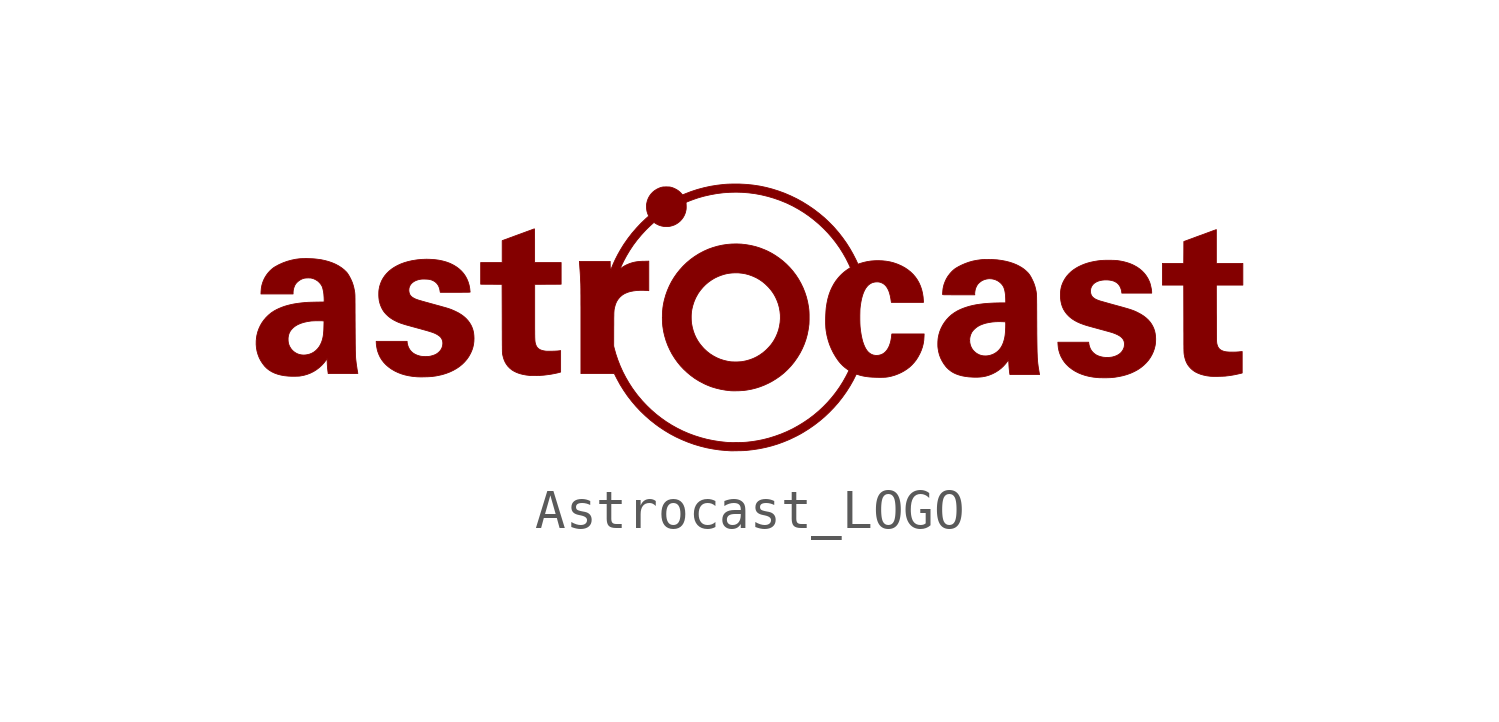
<source format=kicad_sym>
(kicad_symbol_lib
  (version 20211014)
  (generator kicad_symbol_editor)
  (symbol "Astrocast_LOGO"
    (pin_numbers hide)
    (pin_names
      (offset 0) hide)
    (property "Reference" "G"
      (at 0 4.445 0)
      (effects (font (size 1.27 1.27)) hide))
    (symbol "Astrocast_LOGO_0_0"
      (polyline (pts (xy 11.947 -0.003) (xy 11.988 -0.002) (xy 12.028 -0.001) (xy 12.066 0.0001) (xy 12.101 0.002) (xy 12.13 0.003) (xy 12.152 0.005) (xy 12.164 0.007) (xy 12.234 0.015) (xy 12.3 0.025) (xy 12.363 0.036) (xy 12.427 0.049) (xy 12.494 0.064) (xy 12.569 0.082) (xy 12.569 0.626) (xy 12.537 0.623) (xy 12.53 0.623) (xy 12.509 0.621) (xy 12.485 0.618) (xy 12.462 0.616) (xy 12.456 0.616) (xy 12.428 0.614) (xy 12.395 0.613) (xy 12.358 0.612) (xy 12.32 0.612) (xy 12.283 0.613) (xy 12.246 0.613) (xy 12.214 0.615) (xy 12.186 0.617) (xy 12.166 0.619) (xy 12.12 0.627) (xy 12.074 0.642) (xy 12.034 0.661) (xy 12.001 0.684) (xy 11.974 0.713) (xy 11.953 0.747) (xy 11.938 0.787) (xy 11.936 0.791) (xy 11.934 0.799) (xy 11.932 0.807) (xy 11.93 0.815) (xy 11.928 0.823) (xy 11.926 0.833) (xy 11.925 0.843) (xy 11.923 0.855) (xy 11.922 0.869) (xy 11.921 0.885) (xy 11.92 0.905) (xy 11.919 0.927) (xy 11.919 0.954) (xy 11.918 0.984) (xy 11.918 1.018) (xy 11.917 1.058) (xy 11.917 1.103) (xy 11.917 1.153) (xy 11.916 1.21) (xy 11.916 1.273) (xy 11.916 1.343) (xy 11.916 1.42) (xy 11.916 1.505) (xy 11.915 1.599) (xy 11.914 2.31) (xy 12.586 2.31) (xy 12.586 2.859) (xy 11.914 2.859) (xy 11.914 3.715) (xy 11.905 3.713) (xy 11.903 3.712) (xy 11.893 3.708) (xy 11.876 3.702) (xy 11.852 3.693) (xy 11.822 3.683) (xy 11.787 3.67) (xy 11.748 3.655) (xy 11.703 3.639) (xy 11.655 3.621) (xy 11.604 3.602) (xy 11.55 3.582) (xy 11.493 3.562) (xy 11.091 3.414) (xy 11.09 3.137) (xy 11.088 2.859) (xy 10.548 2.859) (xy 10.548 2.31) (xy 11.088 2.31) (xy 11.09 1.46) (xy 11.09 1.44) (xy 11.09 1.341) (xy 11.09 1.25) (xy 11.09 1.166) (xy 11.091 1.09) (xy 11.091 1.021) (xy 11.091 0.959) (xy 11.091 0.903) (xy 11.091 0.852) (xy 11.091 0.808) (xy 11.092 0.768) (xy 11.092 0.733) (xy 11.092 0.703) (xy 11.093 0.676) (xy 11.093 0.654) (xy 11.094 0.634) (xy 11.094 0.618) (xy 11.095 0.604) (xy 11.095 0.593) (xy 11.096 0.583) (xy 11.097 0.575) (xy 11.098 0.568) (xy 11.098 0.562) (xy 11.108 0.506) (xy 11.124 0.442) (xy 11.143 0.385) (xy 11.166 0.334) (xy 11.194 0.286) (xy 11.228 0.241) (xy 11.267 0.199) (xy 11.276 0.19) (xy 11.311 0.159) (xy 11.346 0.133) (xy 11.383 0.109) (xy 11.427 0.087) (xy 11.444 0.079) (xy 11.514 0.051) (xy 11.591 0.029) (xy 11.675 0.011) (xy 11.765 -0.0003) (xy 11.777 -0.001) (xy 11.801 -0.002) (xy 11.832 -0.003) (xy 11.867 -0.003) (xy 11.906 -0.003) (xy 11.947 -0.003)) (stroke (width 0.01) (type default) (color 0 0 0 0)) (fill (type outline)))
      (polyline (pts (xy -5.351 0.018) (xy -5.308 0.019) (xy -5.264 0.02) (xy -5.222 0.021) (xy -5.182 0.024) (xy -5.146 0.026) (xy -5.116 0.029) (xy -5.08 0.033) (xy -5.013 0.042) (xy -4.947 0.051) (xy -4.883 0.063) (xy -4.823 0.075) (xy -4.769 0.087) (xy -4.721 0.1) (xy -4.699 0.106) (xy -4.699 0.65) (xy -4.71 0.648) (xy -4.721 0.647) (xy -4.75 0.643) (xy -4.784 0.64) (xy -4.823 0.638) (xy -4.864 0.636) (xy -4.907 0.635) (xy -4.949 0.634) (xy -4.989 0.634) (xy -5.025 0.634) (xy -5.056 0.635) (xy -5.081 0.637) (xy -5.126 0.644) (xy -5.175 0.656) (xy -5.217 0.672) (xy -5.252 0.693) (xy -5.281 0.718) (xy -5.305 0.749) (xy -5.323 0.785) (xy -5.337 0.826) (xy -5.338 0.829) (xy -5.34 0.839) (xy -5.342 0.848) (xy -5.344 0.858) (xy -5.346 0.868) (xy -5.347 0.88) (xy -5.349 0.893) (xy -5.35 0.908) (xy -5.351 0.925) (xy -5.352 0.945) (xy -5.353 0.968) (xy -5.354 0.995) (xy -5.354 1.026) (xy -5.355 1.061) (xy -5.355 1.101) (xy -5.355 1.146) (xy -5.356 1.196) (xy -5.356 1.253) (xy -5.356 1.316) (xy -5.356 1.387) (xy -5.356 1.464) (xy -5.356 1.549) (xy -5.356 2.329) (xy -4.686 2.332) (xy -4.686 2.881) (xy -5.358 2.881) (xy -5.358 3.336) (xy -5.358 3.406) (xy -5.358 3.467) (xy -5.359 3.521) (xy -5.359 3.567) (xy -5.359 3.607) (xy -5.359 3.641) (xy -5.36 3.669) (xy -5.36 3.691) (xy -5.361 3.708) (xy -5.361 3.721) (xy -5.362 3.729) (xy -5.363 3.734) (xy -5.364 3.735) (xy -5.366 3.734) (xy -5.376 3.731) (xy -5.393 3.725) (xy -5.416 3.716) (xy -5.446 3.705) (xy -5.48 3.692) (xy -5.52 3.678) (xy -5.564 3.662) (xy -5.612 3.644) (xy -5.664 3.625) (xy -5.718 3.605) (xy -5.774 3.585) (xy -6.179 3.436) (xy -6.179 2.881) (xy -6.724 2.881) (xy -6.724 2.332) (xy -6.182 2.329) (xy -6.179 1.47) (xy -6.179 1.392) (xy -6.179 1.297) (xy -6.179 1.21) (xy -6.178 1.131) (xy -6.178 1.058) (xy -6.178 0.993) (xy -6.178 0.934) (xy -6.177 0.881) (xy -6.177 0.833) (xy -6.177 0.791) (xy -6.176 0.754) (xy -6.176 0.722) (xy -6.176 0.694) (xy -6.175 0.669) (xy -6.175 0.648) (xy -6.175 0.631) (xy -6.174 0.616) (xy -6.173 0.604) (xy -6.173 0.594) (xy -6.172 0.585) (xy -6.171 0.578) (xy -6.17 0.572) (xy -6.17 0.566) (xy -6.164 0.535) (xy -6.148 0.469) (xy -6.128 0.41) (xy -6.103 0.355) (xy -6.073 0.305) (xy -6.067 0.296) (xy -6.028 0.245) (xy -5.982 0.2) (xy -5.931 0.159) (xy -5.873 0.124) (xy -5.81 0.094) (xy -5.739 0.068) (xy -5.662 0.048) (xy -5.579 0.032) (xy -5.488 0.021) (xy -5.486 0.021) (xy -5.461 0.019) (xy -5.429 0.018) (xy -5.392 0.018) (xy -5.351 0.018)) (stroke (width 0.01) (type default) (color 0 0 0 0)) (fill (type outline)))
      (polyline (pts (xy -0.256 -0.369) (xy -0.21 -0.368) (xy -0.165 -0.367) (xy -0.121 -0.364) (xy -0.083 -0.362) (xy -0.05 -0.359) (xy 0.029 -0.348) (xy 0.142 -0.327) (xy 0.252 -0.299) (xy 0.358 -0.265) (xy 0.463 -0.224) (xy 0.569 -0.175) (xy 0.649 -0.133) (xy 0.757 -0.067) (xy 0.86 0.004) (xy 0.957 0.082) (xy 1.048 0.167) (xy 1.133 0.257) (xy 1.213 0.354) (xy 1.286 0.457) (xy 1.304 0.484) (xy 1.369 0.591) (xy 1.425 0.701) (xy 1.474 0.814) (xy 1.515 0.93) (xy 1.548 1.049) (xy 1.573 1.173) (xy 1.591 1.3) (xy 1.592 1.303) (xy 1.594 1.327) (xy 1.595 1.357) (xy 1.596 1.393) (xy 1.597 1.432) (xy 1.597 1.474) (xy 1.597 1.516) (xy 1.597 1.557) (xy 1.596 1.596) (xy 1.595 1.631) (xy 1.593 1.66) (xy 1.591 1.683) (xy 1.582 1.757) (xy 1.559 1.883) (xy 1.529 2.005) (xy 1.49 2.124) (xy 1.444 2.24) (xy 1.39 2.352) (xy 1.329 2.461) (xy 1.26 2.566) (xy 1.183 2.667) (xy 1.099 2.764) (xy 1.098 2.764) (xy 1.02 2.843) (xy 0.934 2.919) (xy 0.843 2.99) (xy 0.748 3.056) (xy 0.649 3.116) (xy 0.548 3.169) (xy 0.472 3.203) (xy 0.357 3.248) (xy 0.24 3.285) (xy 0.122 3.313) (xy 0.001 3.334) (xy -0.12 3.348) (xy -0.241 3.353) (xy -0.363 3.35) (xy -0.484 3.34) (xy -0.605 3.321) (xy -0.724 3.295) (xy -0.841 3.261) (xy -0.956 3.22) (xy -1.068 3.17) (xy -1.177 3.113) (xy -1.204 3.097) (xy -1.31 3.03) (xy -1.41 2.957) (xy -1.505 2.877) (xy -1.594 2.791) (xy -1.677 2.7) (xy -1.754 2.604) (xy -1.824 2.503) (xy -1.888 2.398) (xy -1.944 2.288) (xy -1.993 2.175) (xy -2.035 2.058) (xy -2.069 1.938) (xy -2.082 1.883) (xy -2.097 1.806) (xy -2.108 1.732) (xy -2.115 1.656) (xy -2.12 1.576) (xy -2.121 1.491) (xy -2.121 1.482) (xy -1.39 1.482) (xy -1.39 1.529) (xy -1.388 1.575) (xy -1.385 1.617) (xy -1.38 1.654) (xy -1.372 1.702) (xy -1.349 1.796) (xy -1.319 1.888) (xy -1.282 1.976) (xy -1.26 2.019) (xy -1.212 2.103) (xy -1.156 2.181) (xy -1.094 2.254) (xy -1.027 2.322) (xy -0.954 2.384) (xy -0.876 2.439) (xy -0.794 2.488) (xy -0.708 2.529) (xy -0.618 2.563) (xy -0.613 2.564) (xy -0.557 2.582) (xy -0.505 2.595) (xy -0.455 2.605) (xy -0.404 2.612) (xy -0.35 2.617) (xy -0.29 2.62) (xy -0.283 2.62) (xy -0.19 2.619) (xy -0.101 2.61) (xy -0.015 2.595) (xy 0.07 2.572) (xy 0.154 2.542) (xy 0.24 2.504) (xy 0.279 2.484) (xy 0.35 2.442) (xy 0.418 2.394) (xy 0.483 2.341) (xy 0.546 2.28) (xy 0.577 2.248) (xy 0.627 2.189) (xy 0.671 2.13) (xy 0.711 2.068) (xy 0.748 2) (xy 0.782 1.925) (xy 0.816 1.835) (xy 0.841 1.742) (xy 0.858 1.649) (xy 0.868 1.554) (xy 0.869 1.459) (xy 0.862 1.364) (xy 0.847 1.27) (xy 0.825 1.177) (xy 0.794 1.086) (xy 0.755 0.997) (xy 0.745 0.978) (xy 0.711 0.915) (xy 0.674 0.857) (xy 0.634 0.802) (xy 0.588 0.748) (xy 0.536 0.693) (xy 0.5 0.658) (xy 0.426 0.595) (xy 0.348 0.54) (xy 0.267 0.492) (xy 0.182 0.451) (xy 0.093 0.418) (xy -0.002 0.391) (xy -0.101 0.371) (xy -0.117 0.369) (xy -0.147 0.367) (xy -0.181 0.365) (xy -0.22 0.363) (xy -0.259 0.363) (xy -0.298 0.363) (xy -0.334 0.364) (xy -0.366 0.365) (xy -0.391 0.367) (xy -0.463 0.379) (xy -0.559 0.401) (xy -0.653 0.431) (xy -0.743 0.469) (xy -0.828 0.514) (xy -0.91 0.566) (xy -0.988 0.626) (xy -1.06 0.693) (xy -1.095 0.73) (xy -1.158 0.804) (xy -1.214 0.883) (xy -1.263 0.967) (xy -1.304 1.054) (xy -1.337 1.146) (xy -1.363 1.242) (xy -1.382 1.342) (xy -1.384 1.354) (xy -1.387 1.392) (xy -1.389 1.435) (xy -1.39 1.482) (xy -2.121 1.482) (xy -2.121 1.431) (xy -2.117 1.35) (xy -2.111 1.273) (xy -2.1 1.198) (xy -2.087 1.123) (xy -2.069 1.044) (xy -2.063 1.021) (xy -2.028 0.902) (xy -1.985 0.786) (xy -1.934 0.674) (xy -1.877 0.565) (xy -1.812 0.461) (xy -1.741 0.361) (xy -1.664 0.266) (xy -1.58 0.177) (xy -1.49 0.093) (xy -1.395 0.015) (xy -1.295 -0.058) (xy -1.19 -0.123) (xy -1.079 -0.181) (xy -1.075 -0.184) (xy -1.03 -0.205) (xy -0.989 -0.223) (xy -0.95 -0.239) (xy -0.91 -0.255) (xy -0.866 -0.271) (xy -0.755 -0.304) (xy -0.637 -0.332) (xy -0.516 -0.353) (xy -0.392 -0.367) (xy -0.375 -0.368) (xy -0.34 -0.369) (xy -0.3 -0.369) (xy -0.256 -0.369)) (stroke (width 0.01) (type default) (color 0 0 0 0)) (fill (type outline)))
      (polyline (pts (xy 9.107 -0.038) (xy 9.146 -0.038) (xy 9.182 -0.037) (xy 9.213 -0.036) (xy 9.238 -0.035) (xy 9.34 -0.025) (xy 9.45 -0.007) (xy 9.556 0.016) (xy 9.656 0.045) (xy 9.751 0.08) (xy 9.84 0.121) (xy 9.924 0.167) (xy 10.001 0.219) (xy 10.072 0.277) (xy 10.137 0.34) (xy 10.196 0.408) (xy 10.204 0.419) (xy 10.247 0.482) (xy 10.285 0.55) (xy 10.317 0.62) (xy 10.342 0.692) (xy 10.36 0.763) (xy 10.367 0.798) (xy 10.375 0.87) (xy 10.377 0.942) (xy 10.374 1.013) (xy 10.365 1.081) (xy 10.351 1.147) (xy 10.331 1.206) (xy 10.309 1.256) (xy 10.275 1.318) (xy 10.235 1.375) (xy 10.188 1.429) (xy 10.134 1.479) (xy 10.073 1.526) (xy 10.005 1.57) (xy 9.928 1.611) (xy 9.917 1.617) (xy 9.896 1.627) (xy 9.876 1.637) (xy 9.855 1.646) (xy 9.835 1.655) (xy 9.813 1.663) (xy 9.789 1.672) (xy 9.764 1.681) (xy 9.735 1.691) (xy 9.703 1.701) (xy 9.667 1.712) (xy 9.626 1.724) (xy 9.58 1.737) (xy 9.528 1.752) (xy 9.47 1.768) (xy 9.404 1.786) (xy 9.331 1.806) (xy 9.315 1.81) (xy 9.262 1.825) (xy 9.211 1.839) (xy 9.162 1.853) (xy 9.116 1.866) (xy 9.074 1.878) (xy 9.037 1.888) (xy 9.004 1.898) (xy 8.978 1.905) (xy 8.958 1.911) (xy 8.946 1.915) (xy 8.901 1.932) (xy 8.856 1.952) (xy 8.819 1.975) (xy 8.788 1.999) (xy 8.764 2.026) (xy 8.746 2.056) (xy 8.734 2.09) (xy 8.727 2.128) (xy 8.727 2.13) (xy 8.726 2.177) (xy 8.733 2.221) (xy 8.747 2.261) (xy 8.768 2.299) (xy 8.795 2.332) (xy 8.829 2.362) (xy 8.87 2.387) (xy 8.915 2.408) (xy 8.966 2.424) (xy 9.022 2.435) (xy 9.083 2.441) (xy 9.148 2.441) (xy 9.202 2.437) (xy 9.261 2.427) (xy 9.313 2.412) (xy 9.359 2.39) (xy 9.4 2.364) (xy 9.435 2.331) (xy 9.435 2.33) (xy 9.459 2.299) (xy 9.48 2.262) (xy 9.497 2.22) (xy 9.51 2.178) (xy 9.517 2.135) (xy 9.52 2.106) (xy 10.276 2.106) (xy 10.276 2.127) (xy 10.276 2.134) (xy 10.274 2.166) (xy 10.269 2.203) (xy 10.261 2.243) (xy 10.252 2.285) (xy 10.242 2.326) (xy 10.231 2.364) (xy 10.219 2.396) (xy 10.216 2.402) (xy 10.182 2.475) (xy 10.14 2.543) (xy 10.092 2.606) (xy 10.037 2.664) (xy 9.976 2.716) (xy 9.908 2.764) (xy 9.832 2.807) (xy 9.786 2.829) (xy 9.719 2.857) (xy 9.649 2.88) (xy 9.575 2.9) (xy 9.495 2.917) (xy 9.409 2.93) (xy 9.395 2.932) (xy 9.366 2.934) (xy 9.33 2.936) (xy 9.29 2.937) (xy 9.247 2.938) (xy 9.201 2.938) (xy 9.155 2.938) (xy 9.11 2.938) (xy 9.067 2.937) (xy 9.028 2.935) (xy 8.995 2.933) (xy 8.967 2.93) (xy 8.91 2.923) (xy 8.819 2.908) (xy 8.734 2.89) (xy 8.655 2.869) (xy 8.579 2.844) (xy 8.507 2.815) (xy 8.436 2.782) (xy 8.387 2.756) (xy 8.312 2.709) (xy 8.244 2.658) (xy 8.184 2.602) (xy 8.13 2.542) (xy 8.084 2.478) (xy 8.045 2.41) (xy 8.02 2.357) (xy 7.999 2.301) (xy 7.983 2.244) (xy 7.972 2.185) (xy 7.966 2.122) (xy 7.964 2.053) (xy 7.966 1.988) (xy 7.975 1.909) (xy 7.99 1.835) (xy 8.012 1.766) (xy 8.041 1.7) (xy 8.078 1.639) (xy 8.121 1.581) (xy 8.172 1.527) (xy 8.213 1.49) (xy 8.267 1.449) (xy 8.328 1.41) (xy 8.394 1.375) (xy 8.468 1.342) (xy 8.549 1.312) (xy 8.637 1.283) (xy 8.638 1.283) (xy 8.654 1.279) (xy 8.677 1.272) (xy 8.707 1.264) (xy 8.742 1.254) (xy 8.781 1.243) (xy 8.825 1.231) (xy 8.87 1.219) (xy 8.917 1.206) (xy 8.965 1.193) (xy 8.968 1.192) (xy 9.015 1.179) (xy 9.062 1.167) (xy 9.106 1.154) (xy 9.148 1.143) (xy 9.186 1.132) (xy 9.219 1.123) (xy 9.247 1.115) (xy 9.268 1.108) (xy 9.282 1.104) (xy 9.292 1.101) (xy 9.355 1.077) (xy 9.411 1.052) (xy 9.458 1.026) (xy 9.497 0.998) (xy 9.529 0.968) (xy 9.554 0.935) (xy 9.572 0.901) (xy 9.582 0.864) (xy 9.585 0.84) (xy 9.586 0.81) (xy 9.584 0.778) (xy 9.58 0.748) (xy 9.574 0.723) (xy 9.569 0.711) (xy 9.547 0.663) (xy 9.518 0.621) (xy 9.482 0.583) (xy 9.439 0.551) (xy 9.39 0.524) (xy 9.335 0.503) (xy 9.274 0.486) (xy 9.264 0.485) (xy 9.236 0.481) (xy 9.202 0.478) (xy 9.166 0.477) (xy 9.13 0.477) (xy 9.097 0.478) (xy 9.068 0.48) (xy 9.049 0.482) (xy 8.986 0.495) (xy 8.928 0.514) (xy 8.875 0.538) (xy 8.829 0.569) (xy 8.788 0.605) (xy 8.753 0.646) (xy 8.725 0.692) (xy 8.725 0.692) (xy 8.712 0.723) (xy 8.7 0.757) (xy 8.69 0.793) (xy 8.684 0.826) (xy 8.679 0.863) (xy 7.9 0.863) (xy 7.903 0.803) (xy 7.91 0.73) (xy 7.925 0.652) (xy 7.948 0.576) (xy 7.978 0.502) (xy 8.016 0.432) (xy 8.06 0.366) (xy 8.111 0.305) (xy 8.168 0.249) (xy 8.187 0.232) (xy 8.259 0.177) (xy 8.335 0.128) (xy 8.417 0.086) (xy 8.504 0.05) (xy 8.595 0.02) (xy 8.693 -0.004) (xy 8.796 -0.022) (xy 8.906 -0.034) (xy 8.924 -0.035) (xy 8.953 -0.037) (xy 8.988 -0.037) (xy 9.026 -0.038) (xy 9.066 -0.038) (xy 9.107 -0.038)) (stroke (width 0.01) (type default) (color 0 0 0 0)) (fill (type outline)))
      (polyline (pts (xy -8.19 -0.016) (xy -8.147 -0.015) (xy -8.105 -0.014) (xy -8.064 -0.013) (xy -8.027 -0.011) (xy -7.996 -0.009) (xy -7.971 -0.007) (xy -7.971 -0.007) (xy -7.942 -0.004) (xy -7.909 0.001) (xy -7.875 0.005) (xy -7.846 0.01) (xy -7.8 0.019) (xy -7.697 0.042) (xy -7.6 0.072) (xy -7.508 0.107) (xy -7.421 0.148) (xy -7.339 0.194) (xy -7.264 0.245) (xy -7.195 0.301) (xy -7.132 0.363) (xy -7.075 0.429) (xy -7.026 0.499) (xy -6.984 0.574) (xy -6.973 0.597) (xy -6.943 0.667) (xy -6.921 0.736) (xy -6.905 0.807) (xy -6.896 0.881) (xy -6.893 0.959) (xy -6.893 0.965) (xy -6.896 1.03) (xy -6.902 1.089) (xy -6.913 1.145) (xy -6.928 1.199) (xy -6.949 1.253) (xy -6.968 1.293) (xy -7.004 1.354) (xy -7.047 1.412) (xy -7.097 1.466) (xy -7.154 1.517) (xy -7.219 1.564) (xy -7.291 1.608) (xy -7.371 1.648) (xy -7.458 1.686) (xy -7.468 1.69) (xy -7.482 1.695) (xy -7.497 1.701) (xy -7.511 1.706) (xy -7.527 1.711) (xy -7.544 1.717) (xy -7.564 1.723) (xy -7.586 1.73) (xy -7.611 1.737) (xy -7.641 1.746) (xy -7.675 1.755) (xy -7.714 1.766) (xy -7.759 1.779) (xy -7.811 1.793) (xy -7.869 1.809) (xy -7.935 1.827) (xy -7.937 1.828) (xy -8.004 1.846) (xy -8.064 1.863) (xy -8.116 1.877) (xy -8.162 1.89) (xy -8.203 1.901) (xy -8.238 1.912) (xy -8.268 1.92) (xy -8.293 1.928) (xy -8.316 1.935) (xy -8.335 1.942) (xy -8.351 1.948) (xy -8.366 1.953) (xy -8.379 1.959) (xy -8.391 1.964) (xy -8.403 1.97) (xy -8.416 1.977) (xy -8.455 2) (xy -8.486 2.026) (xy -8.51 2.054) (xy -8.527 2.086) (xy -8.538 2.123) (xy -8.544 2.165) (xy -8.544 2.188) (xy -8.54 2.232) (xy -8.527 2.274) (xy -8.507 2.313) (xy -8.479 2.349) (xy -8.445 2.379) (xy -8.402 2.408) (xy -8.352 2.431) (xy -8.297 2.448) (xy -8.236 2.46) (xy -8.22 2.461) (xy -8.193 2.463) (xy -8.162 2.463) (xy -8.128 2.462) (xy -8.095 2.461) (xy -8.065 2.459) (xy -8.038 2.456) (xy -8.018 2.453) (xy -7.965 2.438) (xy -7.917 2.416) (xy -7.874 2.389) (xy -7.837 2.355) (xy -7.807 2.316) (xy -7.783 2.271) (xy -7.765 2.221) (xy -7.754 2.164) (xy -7.748 2.127) (xy -7.329 2.127) (xy -7.267 2.127) (xy -7.213 2.127) (xy -7.167 2.128) (xy -7.127 2.128) (xy -7.094 2.128) (xy -7.066 2.128) (xy -7.043 2.129) (xy -7.026 2.129) (xy -7.012 2.13) (xy -7.003 2.131) (xy -6.997 2.131) (xy -6.993 2.132) (xy -6.992 2.133) (xy -6.992 2.137) (xy -6.993 2.148) (xy -6.995 2.164) (xy -6.997 2.183) (xy -7.002 2.229) (xy -7.018 2.312) (xy -7.042 2.391) (xy -7.073 2.466) (xy -7.11 2.535) (xy -7.155 2.6) (xy -7.207 2.661) (xy -7.266 2.716) (xy -7.331 2.766) (xy -7.403 2.811) (xy -7.482 2.851) (xy -7.513 2.865) (xy -7.598 2.896) (xy -7.689 2.921) (xy -7.784 2.941) (xy -7.884 2.954) (xy -7.989 2.962) (xy -8.096 2.965) (xy -8.206 2.961) (xy -8.319 2.951) (xy -8.362 2.945) (xy -8.467 2.928) (xy -8.567 2.905) (xy -8.662 2.877) (xy -8.751 2.844) (xy -8.833 2.806) (xy -8.91 2.763) (xy -8.981 2.716) (xy -9.045 2.664) (xy -9.103 2.607) (xy -9.154 2.547) (xy -9.198 2.482) (xy -9.235 2.414) (xy -9.264 2.341) (xy -9.287 2.265) (xy -9.301 2.186) (xy -9.302 2.177) (xy -9.305 2.138) (xy -9.306 2.095) (xy -9.306 2.048) (xy -9.304 2.002) (xy -9.3 1.96) (xy -9.295 1.922) (xy -9.294 1.915) (xy -9.279 1.854) (xy -9.259 1.794) (xy -9.234 1.735) (xy -9.205 1.681) (xy -9.173 1.633) (xy -9.162 1.619) (xy -9.115 1.566) (xy -9.061 1.516) (xy -9.001 1.47) (xy -8.936 1.429) (xy -8.866 1.393) (xy -8.852 1.386) (xy -8.831 1.377) (xy -8.81 1.367) (xy -8.788 1.359) (xy -8.765 1.35) (xy -8.741 1.341) (xy -8.714 1.332) (xy -8.685 1.323) (xy -8.651 1.312) (xy -8.614 1.301) (xy -8.571 1.289) (xy -8.523 1.276) (xy -8.468 1.26) (xy -8.407 1.244) (xy -8.338 1.225) (xy -8.313 1.218) (xy -8.246 1.2) (xy -8.187 1.183) (xy -8.135 1.169) (xy -8.089 1.156) (xy -8.048 1.144) (xy -8.013 1.133) (xy -7.982 1.123) (xy -7.955 1.115) (xy -7.932 1.106) (xy -7.911 1.098) (xy -7.893 1.091) (xy -7.876 1.083) (xy -7.853 1.072) (xy -7.821 1.054) (xy -7.792 1.035) (xy -7.766 1.016) (xy -7.747 0.999) (xy -7.738 0.989) (xy -7.713 0.954) (xy -7.696 0.915) (xy -7.685 0.873) (xy -7.683 0.828) (xy -7.688 0.782) (xy -7.701 0.734) (xy -7.705 0.723) (xy -7.721 0.689) (xy -7.741 0.658) (xy -7.768 0.626) (xy -7.781 0.614) (xy -7.816 0.584) (xy -7.855 0.558) (xy -7.9 0.538) (xy -7.95 0.521) (xy -8.007 0.507) (xy -8.009 0.507) (xy -8.036 0.503) (xy -8.068 0.501) (xy -8.105 0.5) (xy -8.142 0.5) (xy -8.178 0.501) (xy -8.211 0.504) (xy -8.239 0.507) (xy -8.275 0.515) (xy -8.335 0.534) (xy -8.389 0.558) (xy -8.437 0.588) (xy -8.479 0.624) (xy -8.514 0.665) (xy -8.543 0.712) (xy -8.566 0.764) (xy -8.581 0.822) (xy -8.582 0.823) (xy -8.585 0.841) (xy -8.587 0.858) (xy -8.588 0.87) (xy -8.588 0.884) (xy -9.371 0.884) (xy -9.371 0.871) (xy -9.37 0.848) (xy -9.367 0.803) (xy -9.36 0.754) (xy -9.351 0.705) (xy -9.341 0.658) (xy -9.328 0.616) (xy -9.302 0.548) (xy -9.268 0.477) (xy -9.226 0.41) (xy -9.178 0.349) (xy -9.123 0.291) (xy -9.061 0.237) (xy -8.991 0.186) (xy -8.968 0.172) (xy -8.894 0.129) (xy -8.815 0.092) (xy -8.732 0.06) (xy -8.645 0.034) (xy -8.551 0.013) (xy -8.451 -0.003) (xy -8.345 -0.013) (xy -8.334 -0.014) (xy -8.305 -0.015) (xy -8.271 -0.016) (xy -8.232 -0.016) (xy -8.19 -0.016)) (stroke (width 0.01) (type default) (color 0 0 0 0)) (fill (type outline)))
      (polyline (pts (xy -11.43 0) (xy -11.393 0.001) (xy -11.358 0.002) (xy -11.329 0.003) (xy -11.307 0.005) (xy -11.288 0.008) (xy -11.201 0.025) (xy -11.117 0.049) (xy -11.035 0.081) (xy -10.957 0.12) (xy -10.884 0.166) (xy -10.815 0.219) (xy -10.751 0.277) (xy -10.692 0.342) (xy -10.64 0.411) (xy -10.616 0.448) (xy -10.613 0.359) (xy -10.611 0.308) (xy -10.608 0.261) (xy -10.605 0.216) (xy -10.6 0.17) (xy -10.594 0.119) (xy -10.587 0.067) (xy -10.067 0.067) (xy -10.02 0.068) (xy -9.98 0.068) (xy -9.946 0.068) (xy -9.918 0.068) (xy -9.895 0.068) (xy -9.877 0.069) (xy -9.863 0.069) (xy -9.852 0.07) (xy -9.845 0.071) (xy -9.84 0.071) (xy -9.838 0.072) (xy -9.836 0.073) (xy -9.837 0.075) (xy -9.837 0.078) (xy -9.84 0.09) (xy -9.843 0.108) (xy -9.847 0.132) (xy -9.852 0.159) (xy -9.857 0.189) (xy -9.861 0.22) (xy -9.866 0.25) (xy -9.87 0.279) (xy -9.874 0.305) (xy -9.877 0.327) (xy -9.88 0.353) (xy -9.883 0.379) (xy -9.886 0.404) (xy -9.889 0.428) (xy -9.891 0.453) (xy -9.893 0.478) (xy -9.894 0.504) (xy -9.896 0.532) (xy -9.897 0.563) (xy -9.898 0.597) (xy -9.899 0.635) (xy -9.9 0.678) (xy -9.9 0.726) (xy -9.901 0.779) (xy -9.902 0.84) (xy -9.902 0.907) (xy -9.903 0.982) (xy -9.903 1.026) (xy -9.904 1.097) (xy -9.904 1.172) (xy -9.905 1.249) (xy -9.905 1.326) (xy -9.906 1.403) (xy -9.906 1.477) (xy -9.906 1.548) (xy -9.907 1.615) (xy -9.907 1.676) (xy -9.907 1.729) (xy -9.907 1.775) (xy -9.907 1.827) (xy -9.908 1.876) (xy -9.908 1.922) (xy -9.908 1.964) (xy -9.909 2.002) (xy -9.909 2.034) (xy -9.91 2.059) (xy -9.911 2.078) (xy -9.912 2.089) (xy -9.915 2.122) (xy -9.926 2.186) (xy -9.939 2.249) (xy -9.955 2.309) (xy -9.973 2.364) (xy -9.98 2.383) (xy -9.998 2.425) (xy -10.018 2.468) (xy -10.04 2.51) (xy -10.062 2.55) (xy -10.084 2.585) (xy -10.105 2.616) (xy -10.124 2.639) (xy -10.132 2.647) (xy -10.189 2.702) (xy -10.254 2.752) (xy -10.325 2.798) (xy -10.402 2.839) (xy -10.486 2.875) (xy -10.575 2.906) (xy -10.67 2.932) (xy -10.77 2.953) (xy -10.874 2.967) (xy -10.882 2.968) (xy -10.93 2.973) (xy -10.982 2.977) (xy -11.037 2.979) (xy -11.093 2.981) (xy -11.149 2.982) (xy -11.202 2.981) (xy -11.252 2.98) (xy -11.297 2.978) (xy -11.335 2.974) (xy -11.406 2.965) (xy -11.518 2.942) (xy -11.627 2.912) (xy -11.732 2.874) (xy -11.835 2.828) (xy -11.934 2.774) (xy -11.971 2.75) (xy -12.019 2.712) (xy -12.066 2.668) (xy -12.11 2.619) (xy -12.15 2.566) (xy -12.185 2.511) (xy -12.213 2.458) (xy -12.244 2.384) (xy -12.267 2.308) (xy -12.282 2.229) (xy -12.289 2.147) (xy -12.291 2.085) (xy -11.477 2.085) (xy -11.477 2.122) (xy -11.477 2.134) (xy -11.473 2.176) (xy -11.464 2.219) (xy -11.451 2.261) (xy -11.435 2.3) (xy -11.416 2.334) (xy -11.405 2.349) (xy -11.376 2.381) (xy -11.343 2.41) (xy -11.305 2.437) (xy -11.267 2.458) (xy -11.243 2.468) (xy -11.217 2.477) (xy -11.193 2.484) (xy -11.166 2.488) (xy -11.135 2.49) (xy -11.099 2.491) (xy -11.078 2.491) (xy -11.055 2.49) (xy -11.037 2.49) (xy -11.022 2.488) (xy -11.008 2.485) (xy -10.993 2.481) (xy -10.948 2.467) (xy -10.897 2.442) (xy -10.85 2.411) (xy -10.809 2.373) (xy -10.773 2.33) (xy -10.744 2.282) (xy -10.742 2.277) (xy -10.733 2.256) (xy -10.725 2.227) (xy -10.717 2.193) (xy -10.709 2.156) (xy -10.702 2.117) (xy -10.701 2.106) (xy -10.698 2.083) (xy -10.696 2.056) (xy -10.694 2.027) (xy -10.692 1.997) (xy -10.691 1.968) (xy -10.69 1.942) (xy -10.69 1.919) (xy -10.69 1.902) (xy -10.692 1.892) (xy -10.694 1.882) (xy -10.874 1.879) (xy -10.885 1.879) (xy -10.926 1.878) (xy -10.967 1.877) (xy -11.005 1.876) (xy -11.041 1.875) (xy -11.071 1.874) (xy -11.096 1.873) (xy -11.114 1.872) (xy -11.18 1.867) (xy -11.28 1.857) (xy -11.372 1.845) (xy -11.458 1.831) (xy -11.539 1.814) (xy -11.616 1.795) (xy -11.688 1.774) (xy -11.758 1.749) (xy -11.826 1.721) (xy -11.893 1.69) (xy -11.959 1.654) (xy -12.03 1.607) (xy -12.097 1.552) (xy -12.159 1.492) (xy -12.215 1.426) (xy -12.265 1.356) (xy -12.308 1.282) (xy -12.344 1.203) (xy -12.373 1.122) (xy -12.394 1.038) (xy -12.403 0.985) (xy -12.406 0.956) (xy -11.604 0.956) (xy -11.602 0.984) (xy -11.593 1.038) (xy -11.577 1.088) (xy -11.554 1.135) (xy -11.523 1.179) (xy -11.483 1.221) (xy -11.462 1.24) (xy -11.427 1.267) (xy -11.389 1.291) (xy -11.345 1.315) (xy -11.343 1.315) (xy -11.276 1.343) (xy -11.203 1.366) (xy -11.122 1.384) (xy -11.035 1.398) (xy -11.03 1.399) (xy -11.008 1.401) (xy -10.981 1.402) (xy -10.95 1.404) (xy -10.915 1.405) (xy -10.879 1.405) (xy -10.844 1.406) (xy -10.809 1.406) (xy -10.778 1.406) (xy -10.75 1.405) (xy -10.729 1.404) (xy -10.714 1.402) (xy -10.693 1.399) (xy -10.696 1.268) (xy -10.697 1.23) (xy -10.699 1.168) (xy -10.703 1.113) (xy -10.708 1.064) (xy -10.714 1.019) (xy -10.722 0.977) (xy -10.732 0.937) (xy -10.744 0.897) (xy -10.755 0.865) (xy -10.783 0.803) (xy -10.816 0.747) (xy -10.855 0.697) (xy -10.898 0.653) (xy -10.946 0.616) (xy -10.999 0.585) (xy -11.055 0.562) (xy -11.115 0.547) (xy -11.157 0.54) (xy -11.216 0.537) (xy -11.272 0.542) (xy -11.326 0.554) (xy -11.379 0.574) (xy -11.403 0.587) (xy -11.437 0.608) (xy -11.469 0.633) (xy -11.501 0.664) (xy -11.526 0.693) (xy -11.556 0.739) (xy -11.579 0.787) (xy -11.595 0.839) (xy -11.603 0.895) (xy -11.604 0.956) (xy -12.406 0.956) (xy -12.412 0.896) (xy -12.413 0.808) (xy -12.406 0.722) (xy -12.391 0.637) (xy -12.368 0.556) (xy -12.338 0.477) (xy -12.3 0.401) (xy -12.254 0.329) (xy -12.201 0.26) (xy -12.187 0.245) (xy -12.136 0.195) (xy -12.078 0.151) (xy -12.014 0.112) (xy -11.944 0.079) (xy -11.868 0.052) (xy -11.785 0.03) (xy -11.697 0.014) (xy -11.603 0.004) (xy -11.58 0.003) (xy -11.546 0.001) (xy -11.508 0.0003) (xy -11.469 -0.0001) (xy -11.43 0)) (stroke (width 0.01) (type default) (color 0 0 0 0)) (fill (type outline)))
      (polyline (pts (xy 5.894 -0.022) (xy 5.937 -0.019) (xy 5.978 -0.015) (xy 5.991 -0.013) (xy 6.075 0.003) (xy 6.158 0.028) (xy 6.238 0.06) (xy 6.315 0.099) (xy 6.388 0.145) (xy 6.457 0.197) (xy 6.52 0.256) (xy 6.578 0.32) (xy 6.63 0.389) (xy 6.653 0.424) (xy 6.656 0.349) (xy 6.658 0.314) (xy 6.66 0.27) (xy 6.663 0.226) (xy 6.667 0.183) (xy 6.671 0.143) (xy 6.675 0.107) (xy 6.679 0.077) (xy 6.683 0.054) (xy 6.685 0.042) (xy 7.434 0.042) (xy 7.432 0.058) (xy 7.431 0.065) (xy 7.429 0.079) (xy 7.425 0.099) (xy 7.421 0.123) (xy 7.417 0.148) (xy 7.416 0.155) (xy 7.411 0.184) (xy 7.406 0.212) (xy 7.402 0.24) (xy 7.398 0.268) (xy 7.395 0.296) (xy 7.391 0.324) (xy 7.388 0.354) (xy 7.385 0.384) (xy 7.383 0.417) (xy 7.38 0.452) (xy 7.378 0.489) (xy 7.377 0.529) (xy 7.375 0.572) (xy 7.373 0.619) (xy 7.372 0.669) (xy 7.371 0.725) (xy 7.37 0.785) (xy 7.369 0.85) (xy 7.368 0.92) (xy 7.367 0.997) (xy 7.366 1.079) (xy 7.366 1.169) (xy 7.365 1.265) (xy 7.365 1.369) (xy 7.364 1.48) (xy 7.364 1.6) (xy 7.364 1.633) (xy 7.363 1.704) (xy 7.363 1.767) (xy 7.363 1.823) (xy 7.362 1.872) (xy 7.362 1.915) (xy 7.361 1.953) (xy 7.361 1.986) (xy 7.36 2.014) (xy 7.359 2.039) (xy 7.358 2.06) (xy 7.357 2.079) (xy 7.356 2.095) (xy 7.354 2.11) (xy 7.352 2.124) (xy 7.35 2.138) (xy 7.348 2.151) (xy 7.345 2.165) (xy 7.342 2.18) (xy 7.335 2.213) (xy 7.319 2.276) (xy 7.299 2.337) (xy 7.275 2.397) (xy 7.245 2.459) (xy 7.228 2.493) (xy 7.207 2.531) (xy 7.187 2.563) (xy 7.167 2.591) (xy 7.146 2.617) (xy 7.122 2.641) (xy 7.106 2.657) (xy 7.074 2.686) (xy 7.043 2.711) (xy 7.011 2.735) (xy 6.976 2.758) (xy 6.934 2.782) (xy 6.932 2.784) (xy 6.854 2.824) (xy 6.769 2.859) (xy 6.677 2.889) (xy 6.58 2.914) (xy 6.475 2.934) (xy 6.365 2.949) (xy 6.355 2.95) (xy 6.324 2.952) (xy 6.286 2.954) (xy 6.244 2.956) (xy 6.2 2.957) (xy 6.156 2.958) (xy 6.113 2.959) (xy 6.073 2.959) (xy 6.038 2.958) (xy 6.01 2.957) (xy 5.957 2.953) (xy 5.851 2.939) (xy 5.748 2.919) (xy 5.648 2.891) (xy 5.55 2.856) (xy 5.452 2.813) (xy 5.437 2.805) (xy 5.391 2.782) (xy 5.352 2.76) (xy 5.317 2.739) (xy 5.286 2.718) (xy 5.258 2.695) (xy 5.231 2.671) (xy 5.203 2.643) (xy 5.166 2.602) (xy 5.116 2.537) (xy 5.074 2.468) (xy 5.04 2.394) (xy 5.012 2.317) (xy 4.993 2.236) (xy 4.991 2.228) (xy 4.989 2.209) (xy 4.986 2.186) (xy 4.984 2.162) (xy 4.982 2.137) (xy 4.98 2.114) (xy 4.979 2.094) (xy 4.979 2.08) (xy 4.98 2.072) (xy 4.98 2.071) (xy 4.981 2.07) (xy 4.983 2.068) (xy 4.986 2.067) (xy 4.992 2.067) (xy 4.999 2.066) (xy 5.01 2.065) (xy 5.024 2.065) (xy 5.042 2.064) (xy 5.064 2.064) (xy 5.092 2.064) (xy 5.125 2.064) (xy 5.163 2.064) (xy 5.209 2.063) (xy 5.795 2.063) (xy 5.793 2.074) (xy 5.792 2.082) (xy 5.792 2.097) (xy 5.794 2.118) (xy 5.796 2.14) (xy 5.8 2.164) (xy 5.804 2.186) (xy 5.808 2.204) (xy 5.809 2.208) (xy 5.821 2.242) (xy 5.836 2.276) (xy 5.853 2.307) (xy 5.87 2.332) (xy 5.883 2.346) (xy 5.906 2.369) (xy 5.933 2.391) (xy 5.96 2.411) (xy 5.986 2.427) (xy 5.99 2.429) (xy 6.042 2.45) (xy 6.095 2.464) (xy 6.15 2.471) (xy 6.205 2.47) (xy 6.259 2.462) (xy 6.312 2.447) (xy 6.362 2.425) (xy 6.408 2.397) (xy 6.45 2.361) (xy 6.465 2.346) (xy 6.494 2.313) (xy 6.516 2.279) (xy 6.533 2.243) (xy 6.546 2.203) (xy 6.553 2.176) (xy 6.561 2.137) (xy 6.567 2.097) (xy 6.572 2.056) (xy 6.575 2.01) (xy 6.577 1.958) (xy 6.579 1.859) (xy 6.476 1.859) (xy 6.439 1.859) (xy 6.397 1.858) (xy 6.353 1.857) (xy 6.311 1.856) (xy 6.274 1.855) (xy 6.241 1.853) (xy 6.129 1.847) (xy 6.024 1.838) (xy 5.926 1.826) (xy 5.833 1.812) (xy 5.747 1.795) (xy 5.665 1.775) (xy 5.587 1.752) (xy 5.512 1.726) (xy 5.44 1.697) (xy 5.37 1.664) (xy 5.351 1.654) (xy 5.276 1.609) (xy 5.206 1.558) (xy 5.142 1.501) (xy 5.083 1.438) (xy 5.03 1.37) (xy 4.983 1.297) (xy 4.943 1.22) (xy 4.91 1.14) (xy 4.885 1.056) (xy 4.867 0.97) (xy 4.866 0.959) (xy 4.862 0.921) (xy 4.861 0.903) (xy 5.665 0.903) (xy 5.667 0.959) (xy 5.677 1.013) (xy 5.694 1.064) (xy 5.717 1.112) (xy 5.729 1.131) (xy 5.759 1.168) (xy 5.795 1.204) (xy 5.836 1.238) (xy 5.881 1.268) (xy 5.928 1.293) (xy 5.939 1.298) (xy 6.003 1.323) (xy 6.074 1.345) (xy 6.151 1.361) (xy 6.232 1.374) (xy 6.316 1.381) (xy 6.403 1.384) (xy 6.491 1.382) (xy 6.513 1.381) (xy 6.536 1.38) (xy 6.554 1.379) (xy 6.567 1.379) (xy 6.573 1.378) (xy 6.574 1.377) (xy 6.576 1.367) (xy 6.577 1.352) (xy 6.578 1.33) (xy 6.578 1.304) (xy 6.577 1.273) (xy 6.577 1.24) (xy 6.575 1.206) (xy 6.574 1.171) (xy 6.571 1.136) (xy 6.569 1.103) (xy 6.566 1.072) (xy 6.563 1.044) (xy 6.555 0.991) (xy 6.537 0.914) (xy 6.515 0.844) (xy 6.487 0.78) (xy 6.454 0.723) (xy 6.415 0.673) (xy 6.371 0.629) (xy 6.321 0.592) (xy 6.266 0.561) (xy 6.266 0.561) (xy 6.221 0.543) (xy 6.173 0.528) (xy 6.125 0.519) (xy 6.081 0.515) (xy 6.022 0.516) (xy 5.966 0.525) (xy 5.912 0.542) (xy 5.862 0.567) (xy 5.815 0.598) (xy 5.773 0.637) (xy 5.769 0.641) (xy 5.739 0.676) (xy 5.717 0.711) (xy 5.698 0.748) (xy 5.683 0.79) (xy 5.681 0.795) (xy 5.669 0.848) (xy 5.665 0.903) (xy 4.861 0.903) (xy 4.859 0.879) (xy 4.858 0.835) (xy 4.858 0.792) (xy 4.859 0.753) (xy 4.863 0.712) (xy 4.877 0.627) (xy 4.898 0.544) (xy 4.928 0.464) (xy 4.966 0.388) (xy 5.011 0.314) (xy 5.063 0.245) (xy 5.084 0.221) (xy 5.134 0.173) (xy 5.189 0.13) (xy 5.249 0.092) (xy 5.316 0.06) (xy 5.388 0.034) (xy 5.466 0.012) (xy 5.551 -0.004) (xy 5.642 -0.016) (xy 5.74 -0.022) (xy 5.797 -0.024) (xy 5.848 -0.024) (xy 5.894 -0.022)) (stroke (width 0.01) (type default) (color 0 0 0 0)) (fill (type outline)))
      (polyline (pts (xy -0.31 -1.889) (xy -0.274 -1.888) (xy -0.235 -1.888) (xy -0.197 -1.887) (xy -0.159 -1.887) (xy -0.122 -1.886) (xy -0.089 -1.885) (xy -0.061 -1.884) (xy -0.038 -1.883) (xy -0.022 -1.882) (xy 0.021 -1.878) (xy 0.185 -1.859) (xy 0.345 -1.834) (xy 0.5 -1.802) (xy 0.653 -1.763) (xy 0.802 -1.717) (xy 0.95 -1.663) (xy 1.096 -1.603) (xy 1.111 -1.596) (xy 1.14 -1.582) (xy 1.173 -1.566) (xy 1.209 -1.549) (xy 1.246 -1.531) (xy 1.282 -1.513) (xy 1.315 -1.496) (xy 1.344 -1.48) (xy 1.367 -1.468) (xy 1.44 -1.426) (xy 1.586 -1.335) (xy 1.726 -1.238) (xy 1.86 -1.135) (xy 1.989 -1.026) (xy 2.111 -0.91) (xy 2.228 -0.789) (xy 2.339 -0.662) (xy 2.443 -0.529) (xy 2.541 -0.391) (xy 2.632 -0.248) (xy 2.716 -0.1) (xy 2.793 0.054) (xy 2.795 0.054) (xy 2.804 0.051) (xy 2.817 0.047) (xy 2.834 0.042) (xy 2.88 0.027) (xy 2.937 0.012) (xy 2.997 -0.0002) (xy 3.06 -0.01) (xy 3.127 -0.018) (xy 3.199 -0.023) (xy 3.277 -0.026) (xy 3.363 -0.028) (xy 3.427 -0.028) (xy 3.465 -0.027) (xy 3.497 -0.026) (xy 3.526 -0.025) (xy 3.552 -0.022) (xy 3.577 -0.019) (xy 3.603 -0.015) (xy 3.63 -0.009) (xy 3.661 -0.003) (xy 3.682 0.002) (xy 3.766 0.026) (xy 3.848 0.057) (xy 3.928 0.093) (xy 4.004 0.135) (xy 4.075 0.181) (xy 4.141 0.231) (xy 4.199 0.285) (xy 4.255 0.346) (xy 4.309 0.414) (xy 4.356 0.488) (xy 4.399 0.568) (xy 4.401 0.571) (xy 4.438 0.655) (xy 4.467 0.738) (xy 4.488 0.822) (xy 4.502 0.909) (xy 4.508 1) (xy 4.511 1.072) (xy 3.693 1.072) (xy 3.691 1.062) (xy 3.691 1.061) (xy 3.689 1.051) (xy 3.688 1.036) (xy 3.686 1.019) (xy 3.683 0.988) (xy 3.676 0.946) (xy 3.668 0.902) (xy 3.658 0.859) (xy 3.646 0.821) (xy 3.628 0.769) (xy 3.601 0.714) (xy 3.57 0.665) (xy 3.535 0.623) (xy 3.497 0.589) (xy 3.454 0.562) (xy 3.408 0.543) (xy 3.358 0.531) (xy 3.305 0.527) (xy 3.27 0.529) (xy 3.221 0.538) (xy 3.176 0.555) (xy 3.135 0.58) (xy 3.096 0.613) (xy 3.061 0.653) (xy 3.034 0.694) (xy 3.005 0.749) (xy 2.979 0.811) (xy 2.955 0.881) (xy 2.935 0.96) (xy 2.917 1.046) (xy 2.902 1.14) (xy 2.89 1.242) (xy 2.888 1.264) (xy 2.886 1.301) (xy 2.884 1.343) (xy 2.883 1.389) (xy 2.882 1.439) (xy 2.882 1.489) (xy 2.882 1.54) (xy 2.883 1.589) (xy 2.884 1.636) (xy 2.885 1.678) (xy 2.887 1.715) (xy 2.89 1.744) (xy 2.896 1.791) (xy 2.91 1.883) (xy 2.928 1.969) (xy 2.949 2.046) (xy 2.973 2.115) (xy 3.001 2.177) (xy 3.032 2.231) (xy 3.067 2.277) (xy 3.104 2.315) (xy 3.146 2.345) (xy 3.19 2.368) (xy 3.205 2.373) (xy 3.245 2.384) (xy 3.288 2.39) (xy 3.331 2.391) (xy 3.372 2.387) (xy 3.408 2.378) (xy 3.421 2.373) (xy 3.463 2.354) (xy 3.5 2.329) (xy 3.534 2.298) (xy 3.563 2.261) (xy 3.59 2.217) (xy 3.614 2.167) (xy 3.634 2.11) (xy 3.651 2.045) (xy 3.666 1.972) (xy 3.678 1.892) (xy 3.681 1.872) (xy 4.494 1.872) (xy 4.491 1.931) (xy 4.485 2.01) (xy 4.47 2.105) (xy 4.448 2.196) (xy 4.419 2.282) (xy 4.383 2.364) (xy 4.34 2.441) (xy 4.29 2.513) (xy 4.233 2.58) (xy 4.169 2.642) (xy 4.099 2.698) (xy 4.022 2.75) (xy 3.939 2.795) (xy 3.85 2.835) (xy 3.832 2.842) (xy 3.74 2.874) (xy 3.647 2.898) (xy 3.55 2.915) (xy 3.451 2.925) (xy 3.346 2.929) (xy 3.263 2.927) (xy 3.165 2.92) (xy 3.07 2.905) (xy 2.976 2.884) (xy 2.881 2.856) (xy 2.834 2.84) (xy 2.816 2.881) (xy 2.786 2.946) (xy 2.712 3.091) (xy 2.631 3.234) (xy 2.543 3.373) (xy 2.447 3.508) (xy 2.346 3.638) (xy 2.239 3.762) (xy 2.236 3.765) (xy 2.208 3.796) (xy 2.175 3.829) (xy 2.14 3.865) (xy 2.104 3.901) (xy 2.068 3.936) (xy 2.033 3.969) (xy 2.001 3.999) (xy 1.974 4.024) (xy 1.85 4.127) (xy 1.714 4.231) (xy 1.573 4.327) (xy 1.43 4.416) (xy 1.283 4.497) (xy 1.132 4.57) (xy 0.979 4.636) (xy 0.823 4.693) (xy 0.665 4.743) (xy 0.504 4.785) (xy 0.341 4.819) (xy 0.175 4.844) (xy 0.008 4.861) (xy -0.161 4.87) (xy -0.331 4.871) (xy -0.363 4.87) (xy -0.399 4.869) (xy -0.434 4.868) (xy -0.466 4.867) (xy -0.493 4.865) (xy -0.513 4.864) (xy -0.572 4.859) (xy -0.741 4.839) (xy -0.908 4.812) (xy -1.071 4.776) (xy -1.232 4.733) (xy -1.391 4.681) (xy -1.547 4.621) (xy -1.611 4.595) (xy -1.626 4.614) (xy -1.63 4.618) (xy -1.651 4.642) (xy -1.677 4.667) (xy -1.705 4.691) (xy -1.73 4.71) (xy -1.739 4.716) (xy -1.775 4.737) (xy -1.815 4.757) (xy -1.855 4.774) (xy -1.893 4.786) (xy -1.908 4.79) (xy -1.921 4.793) (xy -1.934 4.795) (xy -1.949 4.796) (xy -1.967 4.797) (xy -1.99 4.797) (xy -2.02 4.798) (xy -2.023 4.798) (xy -2.052 4.797) (xy -2.075 4.797) (xy -2.092 4.796) (xy -2.106 4.795) (xy -2.119 4.793) (xy -2.132 4.79) (xy -2.148 4.786) (xy -2.159 4.783) (xy -2.184 4.774) (xy -2.21 4.764) (xy -2.234 4.753) (xy -2.265 4.737) (xy -2.32 4.702) (xy -2.37 4.66) (xy -2.413 4.613) (xy -2.45 4.561) (xy -2.48 4.504) (xy -2.503 4.443) (xy -2.518 4.377) (xy -2.521 4.359) (xy -2.523 4.335) (xy -2.524 4.309) (xy -2.523 4.277) (xy -2.519 4.229) (xy -2.512 4.183) (xy -2.5 4.14) (xy -2.483 4.095) (xy -2.467 4.058) (xy -2.482 4.045) (xy -2.534 3.999) (xy -2.659 3.88) (xy -2.776 3.756) (xy -2.887 3.628) (xy -2.99 3.495) (xy -3.087 3.357) (xy -3.121 3.304) (xy -3.188 3.194) (xy -3.251 3.082) (xy -3.31 2.967) (xy -3.365 2.848) (xy -3.418 2.721) (xy -3.437 2.674) (xy -3.44 2.736) (xy -3.441 2.763) (xy -3.442 2.795) (xy -3.442 2.827) (xy -3.443 2.854) (xy -3.443 2.91) (xy -4.223 2.91) (xy -4.221 2.873) (xy -4.22 2.858) (xy -4.218 2.836) (xy -4.216 2.809) (xy -4.214 2.78) (xy -4.212 2.751) (xy -4.212 2.749) (xy -4.208 2.697) (xy -4.204 2.639) (xy -4.2 2.577) (xy -4.197 2.513) (xy -4.194 2.448) (xy -4.191 2.385) (xy -4.188 2.325) (xy -4.188 2.324) (xy -4.188 2.307) (xy -4.187 2.282) (xy -4.187 2.25) (xy -4.186 2.21) (xy -4.186 2.163) (xy -4.186 2.108) (xy -4.185 2.047) (xy -4.185 1.98) (xy -4.185 1.907) (xy -4.185 1.828) (xy -4.184 1.744) (xy -4.184 1.655) (xy -4.184 1.561) (xy -4.184 1.462) (xy -4.184 1.36) (xy -4.184 1.253) (xy -4.184 0.762) (xy -3.354 0.762) (xy -3.353 1.197) (xy -3.353 1.235) (xy -3.352 1.304) (xy -3.352 1.365) (xy -3.352 1.42) (xy -3.352 1.468) (xy -3.351 1.51) (xy -3.35 1.546) (xy -3.35 1.578) (xy -3.349 1.605) (xy -3.348 1.629) (xy -3.346 1.65) (xy -3.345 1.668) (xy -3.343 1.684) (xy -3.341 1.699) (xy -3.338 1.713) (xy -3.335 1.727) (xy -3.332 1.741) (xy -3.328 1.756) (xy -3.324 1.772) (xy -3.314 1.808) (xy -3.293 1.864) (xy -3.267 1.915) (xy -3.235 1.961) (xy -3.197 2.005) (xy -3.179 2.021) (xy -3.145 2.051) (xy -3.108 2.076) (xy -3.067 2.099) (xy -3.054 2.104) (xy -2.994 2.129) (xy -2.928 2.148) (xy -2.854 2.162) (xy -2.775 2.172) (xy -2.689 2.177) (xy -2.598 2.177) (xy -2.501 2.171) (xy -2.465 2.169) (xy -2.465 2.916) (xy -2.583 2.913) (xy -2.621 2.913) (xy -2.667 2.911) (xy -2.708 2.908) (xy -2.745 2.904) (xy -2.78 2.899) (xy -2.815 2.893) (xy -2.852 2.885) (xy -2.899 2.872) (xy -2.959 2.852) (xy -3.018 2.827) (xy -3.074 2.799) (xy -3.124 2.768) (xy -3.168 2.735) (xy -3.178 2.727) (xy -3.187 2.721) (xy -3.191 2.72) (xy -3.191 2.721) (xy -3.188 2.728) (xy -3.183 2.742) (xy -3.175 2.761) (xy -3.165 2.784) (xy -3.153 2.81) (xy -3.14 2.839) (xy -3.126 2.868) (xy -3.111 2.898) (xy -3.097 2.927) (xy -3.03 3.052) (xy -2.947 3.191) (xy -2.857 3.326) (xy -2.76 3.455) (xy -2.655 3.58) (xy -2.544 3.701) (xy -2.53 3.715) (xy -2.505 3.74) (xy -2.476 3.768) (xy -2.447 3.796) (xy -2.418 3.823) (xy -2.39 3.848) (xy -2.366 3.87) (xy -2.347 3.887) (xy -2.333 3.898) (xy -2.302 3.877) (xy -2.269 3.857) (xy -2.21 3.828) (xy -2.149 3.808) (xy -2.086 3.796) (xy -2.02 3.792) (xy -2 3.792) (xy -1.935 3.798) (xy -1.874 3.813) (xy -1.815 3.834) (xy -1.76 3.863) (xy -1.71 3.897) (xy -1.663 3.938) (xy -1.623 3.984) (xy -1.587 4.035) (xy -1.558 4.091) (xy -1.536 4.15) (xy -1.522 4.213) (xy -1.519 4.234) (xy -1.517 4.264) (xy -1.517 4.301) (xy -1.518 4.343) (xy -1.521 4.393) (xy -1.521 4.394) (xy -1.521 4.4) (xy -1.518 4.404) (xy -1.512 4.409) (xy -1.501 4.415) (xy -1.484 4.422) (xy -1.472 4.427) (xy -1.439 4.44) (xy -1.401 4.455) (xy -1.359 4.47) (xy -1.316 4.486) (xy -1.274 4.5) (xy -1.234 4.514) (xy -1.199 4.525) (xy -1.059 4.564) (xy -0.899 4.6) (xy -0.738 4.629) (xy -0.576 4.649) (xy -0.414 4.66) (xy -0.252 4.664) (xy -0.09 4.659) (xy 0.071 4.646) (xy 0.232 4.625) (xy 0.391 4.595) (xy 0.549 4.557) (xy 0.705 4.511) (xy 0.86 4.457) (xy 1.012 4.395) (xy 1.046 4.38) (xy 1.19 4.31) (xy 1.33 4.232) (xy 1.466 4.148) (xy 1.597 4.057) (xy 1.724 3.959) (xy 1.846 3.855) (xy 1.963 3.745) (xy 2.074 3.63) (xy 2.179 3.509) (xy 2.278 3.383) (xy 2.37 3.253) (xy 2.455 3.118) (xy 2.534 2.979) (xy 2.605 2.836) (xy 2.613 2.817) (xy 2.623 2.796) (xy 2.631 2.778) (xy 2.636 2.765) (xy 2.639 2.759) (xy 2.64 2.754) (xy 2.637 2.748) (xy 2.629 2.742) (xy 2.615 2.733) (xy 2.593 2.72) (xy 2.539 2.683) (xy 2.485 2.641) (xy 2.433 2.596) (xy 2.386 2.55) (xy 2.338 2.497) (xy 2.278 2.421) (xy 2.225 2.34) (xy 2.178 2.253) (xy 2.136 2.162) (xy 2.101 2.065) (xy 2.072 1.962) (xy 2.049 1.853) (xy 2.031 1.738) (xy 2.028 1.708) (xy 2.024 1.661) (xy 2.021 1.609) (xy 2.018 1.555) (xy 2.016 1.498) (xy 2.015 1.442) (xy 2.015 1.386) (xy 2.015 1.333) (xy 2.017 1.284) (xy 2.019 1.241) (xy 2.022 1.205) (xy 2.028 1.154) (xy 2.049 1.035) (xy 2.078 0.92) (xy 2.114 0.807) (xy 2.159 0.699) (xy 2.211 0.593) (xy 2.271 0.491) (xy 2.338 0.393) (xy 2.343 0.387) (xy 2.392 0.328) (xy 2.447 0.271) (xy 2.507 0.219) (xy 2.57 0.172) (xy 2.607 0.147) (xy 2.565 0.063) (xy 2.532 -0.001) (xy 2.453 -0.142) (xy 2.367 -0.278) (xy 2.274 -0.409) (xy 2.175 -0.535) (xy 2.069 -0.656) (xy 1.958 -0.771) (xy 1.841 -0.88) (xy 1.719 -0.983) (xy 1.591 -1.08) (xy 1.458 -1.17) (xy 1.321 -1.254) (xy 1.18 -1.332) (xy 1.034 -1.402) (xy 0.884 -1.465) (xy 0.73 -1.52) (xy 0.573 -1.569) (xy 0.571 -1.569) (xy 0.435 -1.604) (xy 0.297 -1.632) (xy 0.155 -1.655) (xy 0.008 -1.671) (xy 0.007 -1.671) (xy -0.012 -1.673) (xy -0.039 -1.674) (xy -0.071 -1.676) (xy -0.108 -1.677) (xy -0.148 -1.678) (xy -0.19 -1.679) (xy -0.233 -1.68) (xy -0.275 -1.68) (xy -0.315 -1.681) (xy -0.351 -1.681) (xy -0.383 -1.68) (xy -0.409 -1.68) (xy -0.428 -1.679) (xy -0.5 -1.674) (xy -0.667 -1.656) (xy -0.831 -1.63) (xy -0.992 -1.597) (xy -1.15 -1.555) (xy -1.305 -1.506) (xy -1.456 -1.45) (xy -1.604 -1.386) (xy -1.749 -1.314) (xy -1.889 -1.236) (xy -2.025 -1.15) (xy -2.156 -1.057) (xy -2.283 -0.958) (xy -2.405 -0.851) (xy -2.522 -0.738) (xy -2.634 -0.619) (xy -2.741 -0.492) (xy -2.781 -0.441) (xy -2.877 -0.31) (xy -2.965 -0.174) (xy -3.047 -0.033) (xy -3.122 0.111) (xy -3.189 0.259) (xy -3.248 0.41) (xy -3.3 0.563) (xy -3.343 0.718) (xy -3.354 0.762) (xy -4.184 0.762) (xy -4.184 0.067) (xy -3.354 0.067) (xy -3.354 0.083) (xy -3.354 0.083) (xy -3.353 0.088) (xy -3.352 0.089) (xy -3.349 0.086) (xy -3.344 0.078) (xy -3.337 0.065) (xy -3.327 0.045) (xy -3.314 0.018) (xy -3.272 -0.064) (xy -3.19 -0.214) (xy -3.1 -0.358) (xy -3.004 -0.498) (xy -2.9 -0.632) (xy -2.791 -0.761) (xy -2.675 -0.884) (xy -2.552 -1.002) (xy -2.424 -1.114) (xy -2.289 -1.22) (xy -2.207 -1.28) (xy -2.069 -1.372) (xy -1.926 -1.458) (xy -1.779 -1.536) (xy -1.628 -1.606) (xy -1.475 -1.669) (xy -1.319 -1.725) (xy -1.16 -1.772) (xy -1 -1.812) (xy -0.837 -1.843) (xy -0.674 -1.867) (xy -0.509 -1.882) (xy -0.493 -1.883) (xy -0.468 -1.884) (xy -0.445 -1.886) (xy -0.426 -1.887) (xy -0.413 -1.888) (xy -0.411 -1.888) (xy -0.395 -1.889) (xy -0.372 -1.889) (xy -0.343 -1.889) (xy -0.31 -1.889)) (stroke (width 0.01) (type default) (color 0 0 0 0)) (fill (type outline))))))
</source>
